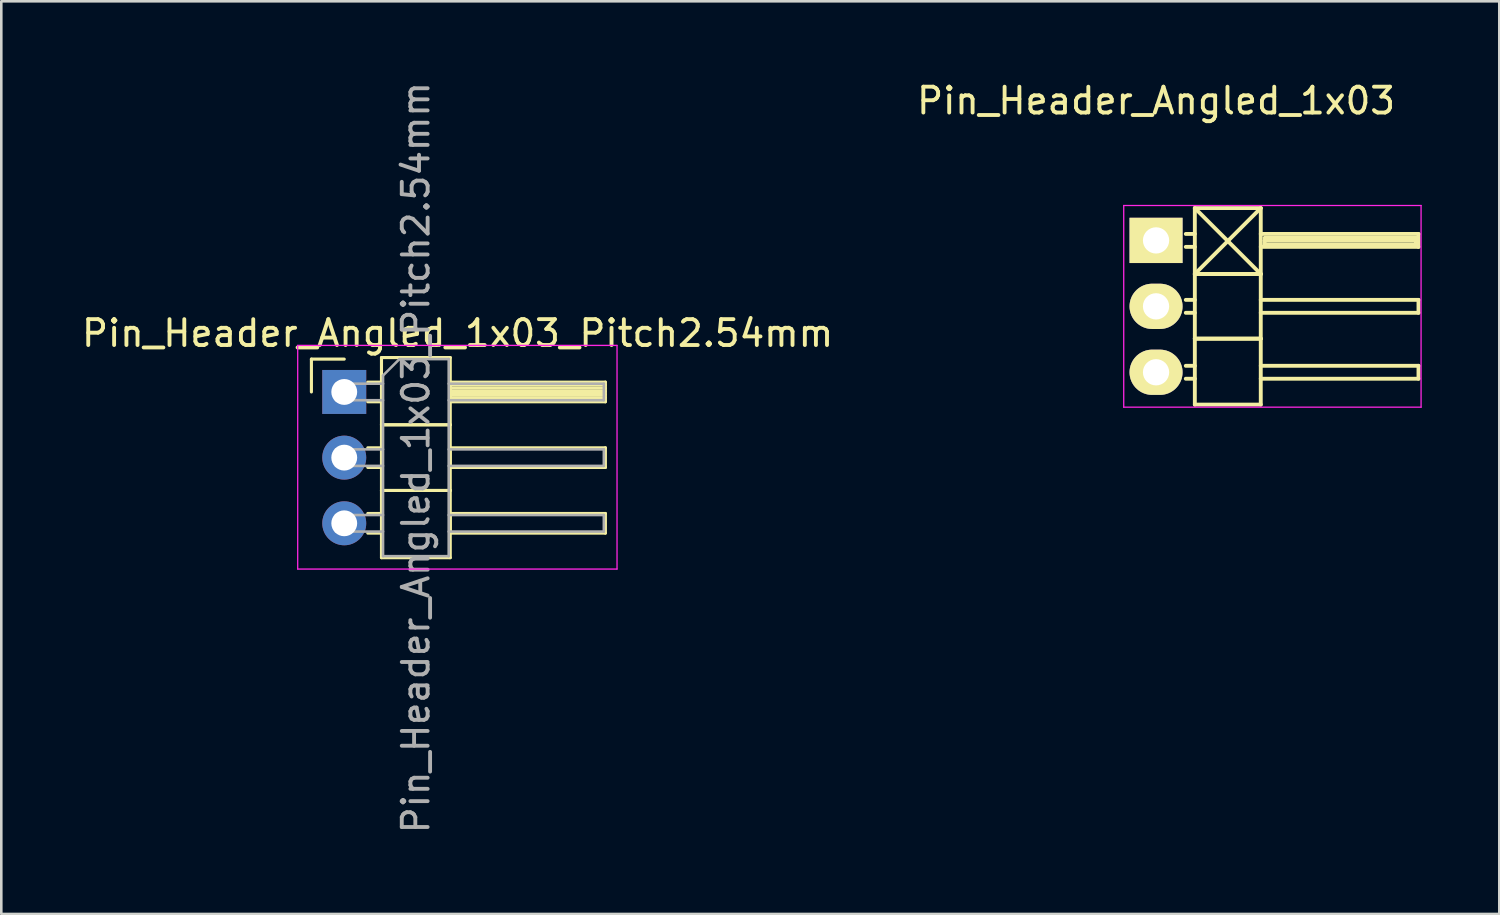
<source format=kicad_pcb>
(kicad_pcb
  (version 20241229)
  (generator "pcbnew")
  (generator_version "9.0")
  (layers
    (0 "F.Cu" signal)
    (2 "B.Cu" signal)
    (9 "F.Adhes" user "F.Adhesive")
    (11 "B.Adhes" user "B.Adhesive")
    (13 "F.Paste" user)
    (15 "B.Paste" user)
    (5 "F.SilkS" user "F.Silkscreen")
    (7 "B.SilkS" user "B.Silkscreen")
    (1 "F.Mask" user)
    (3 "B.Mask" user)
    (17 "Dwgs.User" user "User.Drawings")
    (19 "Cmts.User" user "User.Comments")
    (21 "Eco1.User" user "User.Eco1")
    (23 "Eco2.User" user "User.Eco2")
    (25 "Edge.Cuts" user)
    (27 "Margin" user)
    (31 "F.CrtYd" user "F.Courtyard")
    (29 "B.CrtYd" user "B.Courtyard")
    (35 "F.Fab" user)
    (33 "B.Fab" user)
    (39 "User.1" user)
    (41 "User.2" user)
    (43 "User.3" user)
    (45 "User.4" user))
  (footprint "Pin_Header_Angled_1x03_Pitch2.54mm"
    (layer "F.Cu")
    (at 10.264 12.109)
    (property "Reference" "Pin_Header_Angled_1x03_Pitch2.54mm" (at 4.385 -2.27 0) (layer "F.SilkS") (effects (font (size 1 1) (thickness 0.15))))
    (attr through_hole)
    (fp_line (start -1.27 -1.27) (end 0 -1.27) (stroke (width 0.12) (type solid)) (layer "F.SilkS"))
    (fp_line (start -1.27 0) (end -1.27 -1.27) (stroke (width 0.12) (type solid)) (layer "F.SilkS"))
    (fp_line (start 0.91 -0.38) (end 1.44 -0.38) (stroke (width 0.12) (type solid)) (layer "F.SilkS"))
    (fp_line (start 0.91 0.38) (end 1.44 0.38) (stroke (width 0.12) (type solid)) (layer "F.SilkS"))
    (fp_line (start 0.91 2.16) (end 1.44 2.16) (stroke (width 0.12) (type solid)) (layer "F.SilkS"))
    (fp_line (start 0.91 2.92) (end 1.44 2.92) (stroke (width 0.12) (type solid)) (layer "F.SilkS"))
    (fp_line (start 0.91 4.7) (end 1.44 4.7) (stroke (width 0.12) (type solid)) (layer "F.SilkS"))
    (fp_line (start 0.91 5.46) (end 1.44 5.46) (stroke (width 0.12) (type solid)) (layer "F.SilkS"))
    (fp_line (start 1.44 -1.33) (end 1.44 1.27) (stroke (width 0.12) (type solid)) (layer "F.SilkS"))
    (fp_line (start 1.44 1.27) (end 1.44 3.81) (stroke (width 0.12) (type solid)) (layer "F.SilkS"))
    (fp_line (start 1.44 1.27) (end 4.1 1.27) (stroke (width 0.12) (type solid)) (layer "F.SilkS"))
    (fp_line (start 1.44 3.81) (end 1.44 6.41) (stroke (width 0.12) (type solid)) (layer "F.SilkS"))
    (fp_line (start 1.44 3.81) (end 4.1 3.81) (stroke (width 0.12) (type solid)) (layer "F.SilkS"))
    (fp_line (start 1.44 6.41) (end 4.1 6.41) (stroke (width 0.12) (type solid)) (layer "F.SilkS"))
    (fp_line (start 4.1 -1.33) (end 1.44 -1.33) (stroke (width 0.12) (type solid)) (layer "F.SilkS"))
    (fp_line (start 4.1 -0.38) (end 4.1 0.38) (stroke (width 0.12) (type solid)) (layer "F.SilkS"))
    (fp_line (start 4.1 -0.26) (end 10.1 -0.26) (stroke (width 0.12) (type solid)) (layer "F.SilkS"))
    (fp_line (start 4.1 -0.14) (end 10.1 -0.14) (stroke (width 0.12) (type solid)) (layer "F.SilkS"))
    (fp_line (start 4.1 -0.02) (end 10.1 -0.02) (stroke (width 0.12) (type solid)) (layer "F.SilkS"))
    (fp_line (start 4.1 0.1) (end 10.1 0.1) (stroke (width 0.12) (type solid)) (layer "F.SilkS"))
    (fp_line (start 4.1 0.22) (end 10.1 0.22) (stroke (width 0.12) (type solid)) (layer "F.SilkS"))
    (fp_line (start 4.1 0.34) (end 10.1 0.34) (stroke (width 0.12) (type solid)) (layer "F.SilkS"))
    (fp_line (start 4.1 0.38) (end 10.1 0.38) (stroke (width 0.12) (type solid)) (layer "F.SilkS"))
    (fp_line (start 4.1 1.27) (end 1.44 1.27) (stroke (width 0.12) (type solid)) (layer "F.SilkS"))
    (fp_line (start 4.1 1.27) (end 4.1 -1.33) (stroke (width 0.12) (type solid)) (layer "F.SilkS"))
    (fp_line (start 4.1 2.16) (end 4.1 2.92) (stroke (width 0.12) (type solid)) (layer "F.SilkS"))
    (fp_line (start 4.1 2.92) (end 10.1 2.92) (stroke (width 0.12) (type solid)) (layer "F.SilkS"))
    (fp_line (start 4.1 3.81) (end 1.44 3.81) (stroke (width 0.12) (type solid)) (layer "F.SilkS"))
    (fp_line (start 4.1 3.81) (end 4.1 1.27) (stroke (width 0.12) (type solid)) (layer "F.SilkS"))
    (fp_line (start 4.1 4.7) (end 4.1 5.46) (stroke (width 0.12) (type solid)) (layer "F.SilkS"))
    (fp_line (start 4.1 5.46) (end 10.1 5.46) (stroke (width 0.12) (type solid)) (layer "F.SilkS"))
    (fp_line (start 4.1 6.41) (end 4.1 3.81) (stroke (width 0.12) (type solid)) (layer "F.SilkS"))
    (fp_line (start 10.1 -0.38) (end 4.1 -0.38) (stroke (width 0.12) (type solid)) (layer "F.SilkS"))
    (fp_line (start 10.1 0.38) (end 10.1 -0.38) (stroke (width 0.12) (type solid)) (layer "F.SilkS"))
    (fp_line (start 10.1 2.16) (end 4.1 2.16) (stroke (width 0.12) (type solid)) (layer "F.SilkS"))
    (fp_line (start 10.1 2.92) (end 10.1 2.16) (stroke (width 0.12) (type solid)) (layer "F.SilkS"))
    (fp_line (start 10.1 4.7) (end 4.1 4.7) (stroke (width 0.12) (type solid)) (layer "F.SilkS"))
    (fp_line (start 10.1 5.46) (end 10.1 4.7) (stroke (width 0.12) (type solid)) (layer "F.SilkS"))
    (fp_line (start -1.8 -1.8) (end -1.8 6.85) (stroke (width 0.05) (type solid)) (layer "F.CrtYd"))
    (fp_line (start -1.8 6.85) (end 10.55 6.85) (stroke (width 0.05) (type solid)) (layer "F.CrtYd"))
    (fp_line (start 10.55 -1.8) (end -1.8 -1.8) (stroke (width 0.05) (type solid)) (layer "F.CrtYd"))
    (fp_line (start 10.55 6.85) (end 10.55 -1.8) (stroke (width 0.05) (type solid)) (layer "F.CrtYd"))
    (fp_line (start -0.32 -0.32) (end -0.32 0.32) (stroke (width 0.1) (type solid)) (layer "F.Fab"))
    (fp_line (start -0.32 -0.32) (end 1.5 -0.32) (stroke (width 0.1) (type solid)) (layer "F.Fab"))
    (fp_line (start -0.32 0.32) (end 1.5 0.32) (stroke (width 0.1) (type solid)) (layer "F.Fab"))
    (fp_line (start -0.32 2.22) (end -0.32 2.86) (stroke (width 0.1) (type solid)) (layer "F.Fab"))
    (fp_line (start -0.32 2.22) (end 1.5 2.22) (stroke (width 0.1) (type solid)) (layer "F.Fab"))
    (fp_line (start -0.32 2.86) (end 1.5 2.86) (stroke (width 0.1) (type solid)) (layer "F.Fab"))
    (fp_line (start -0.32 4.76) (end -0.32 5.4) (stroke (width 0.1) (type solid)) (layer "F.Fab"))
    (fp_line (start -0.32 4.76) (end 1.5 4.76) (stroke (width 0.1) (type solid)) (layer "F.Fab"))
    (fp_line (start -0.32 5.4) (end 1.5 5.4) (stroke (width 0.1) (type solid)) (layer "F.Fab"))
    (fp_line (start 1.5 -0.635) (end 2.135 -1.27) (stroke (width 0.1) (type solid)) (layer "F.Fab"))
    (fp_line (start 1.5 6.35) (end 1.5 -0.635) (stroke (width 0.1) (type solid)) (layer "F.Fab"))
    (fp_line (start 2.135 -1.27) (end 4.04 -1.27) (stroke (width 0.1) (type solid)) (layer "F.Fab"))
    (fp_line (start 4.04 -1.27) (end 4.04 6.35) (stroke (width 0.1) (type solid)) (layer "F.Fab"))
    (fp_line (start 4.04 -0.32) (end 10.04 -0.32) (stroke (width 0.1) (type solid)) (layer "F.Fab"))
    (fp_line (start 4.04 0.32) (end 10.04 0.32) (stroke (width 0.1) (type solid)) (layer "F.Fab"))
    (fp_line (start 4.04 2.22) (end 10.04 2.22) (stroke (width 0.1) (type solid)) (layer "F.Fab"))
    (fp_line (start 4.04 2.86) (end 10.04 2.86) (stroke (width 0.1) (type solid)) (layer "F.Fab"))
    (fp_line (start 4.04 4.76) (end 10.04 4.76) (stroke (width 0.1) (type solid)) (layer "F.Fab"))
    (fp_line (start 4.04 5.4) (end 10.04 5.4) (stroke (width 0.1) (type solid)) (layer "F.Fab"))
    (fp_line (start 4.04 6.35) (end 1.5 6.35) (stroke (width 0.1) (type solid)) (layer "F.Fab"))
    (fp_line (start 10.04 -0.32) (end 10.04 0.32) (stroke (width 0.1) (type solid)) (layer "F.Fab"))
    (fp_line (start 10.04 2.22) (end 10.04 2.86) (stroke (width 0.1) (type solid)) (layer "F.Fab"))
    (fp_line (start 10.04 4.76) (end 10.04 5.4) (stroke (width 0.1) (type solid)) (layer "F.Fab"))
    (fp_text user "${REFERENCE}" (at 2.77 2.54 90) (layer "F.Fab") (effects (font (size 1 1) (thickness 0.15))))
    (pad "1" thru_hole rect (at 0 0) (size 1.7 1.7) (drill 1) (layers "*.Cu" "*.Mask"))
    (pad "2" thru_hole oval (at 0 2.54) (size 1.7 1.7) (drill 1) (layers "*.Cu" "*.Mask"))
    (pad "3" thru_hole oval (at 0 5.08) (size 1.7 1.7) (drill 1) (layers "*.Cu" "*.Mask")))
  (footprint "Pin_Header_Angled_1x03"
    (layer "F.Cu")
    (at 41.661 6.248)
    (property "Reference" "Pin_Header_Angled_1x03" (at 0 -5.4 0) (layer "F.SilkS") (effects (font (size 1 1) (thickness 0.15))))
    (attr through_hole)
    (fp_line (start 1.5 -1.25) (end 1.5 1.3) (stroke (width 0.15) (type solid)) (layer "F.SilkS"))
    (fp_line (start 1.5 -1.25) (end 4.05 -1.25) (stroke (width 0.15) (type solid)) (layer "F.SilkS"))
    (fp_line (start 1.5 -0.25) (end 1.15 -0.25) (stroke (width 0.15) (type solid)) (layer "F.SilkS"))
    (fp_line (start 1.5 0.25) (end 1.15 0.25) (stroke (width 0.15) (type solid)) (layer "F.SilkS"))
    (fp_line (start 1.5 1.3) (end 1.5 3.8) (stroke (width 0.15) (type solid)) (layer "F.SilkS"))
    (fp_line (start 1.5 1.3) (end 4.05 1.3) (stroke (width 0.15) (type solid)) (layer "F.SilkS"))
    (fp_line (start 1.5 1.3) (end 4.05 1.3) (stroke (width 0.15) (type solid)) (layer "F.SilkS"))
    (fp_line (start 1.5 2.3) (end 1.15 2.3) (stroke (width 0.15) (type solid)) (layer "F.SilkS"))
    (fp_line (start 1.5 2.8) (end 1.15 2.8) (stroke (width 0.15) (type solid)) (layer "F.SilkS"))
    (fp_line (start 1.5 3.8) (end 1.5 6.35) (stroke (width 0.15) (type solid)) (layer "F.SilkS"))
    (fp_line (start 1.5 3.8) (end 4.05 3.8) (stroke (width 0.15) (type solid)) (layer "F.SilkS"))
    (fp_line (start 1.5 3.8) (end 4.05 3.8) (stroke (width 0.15) (type solid)) (layer "F.SilkS"))
    (fp_line (start 1.5 4.85) (end 1.15 4.85) (stroke (width 0.15) (type solid)) (layer "F.SilkS"))
    (fp_line (start 1.5 5.35) (end 1.15 5.35) (stroke (width 0.15) (type solid)) (layer "F.SilkS"))
    (fp_line (start 1.5 6.35) (end 4.05 6.35) (stroke (width 0.15) (type solid)) (layer "F.SilkS"))
    (fp_line (start 4.05 -1.25) (end 1.5 1.3) (stroke (width 0.15) (type solid)) (layer "F.SilkS"))
    (fp_line (start 4.05 -0.25) (end 10.15 -0.25) (stroke (width 0.15) (type solid)) (layer "F.SilkS"))
    (fp_line (start 4.05 1.3) (end 1.5 -1.25) (stroke (width 0.15) (type solid)) (layer "F.SilkS"))
    (fp_line (start 4.05 1.3) (end 4.05 -1.25) (stroke (width 0.15) (type solid)) (layer "F.SilkS"))
    (fp_line (start 4.05 2.3) (end 10.15 2.3) (stroke (width 0.15) (type solid)) (layer "F.SilkS"))
    (fp_line (start 4.05 3.8) (end 4.05 1.3) (stroke (width 0.15) (type solid)) (layer "F.SilkS"))
    (fp_line (start 4.05 4.85) (end 10.15 4.85) (stroke (width 0.15) (type solid)) (layer "F.SilkS"))
    (fp_line (start 4.05 6.35) (end 4.05 3.8) (stroke (width 0.15) (type solid)) (layer "F.SilkS"))
    (fp_line (start 4.2 -0.1) (end 10.05 -0.1) (stroke (width 0.15) (type solid)) (layer "F.SilkS"))
    (fp_line (start 4.2 0) (end 10.05 0) (stroke (width 0.15) (type solid)) (layer "F.SilkS"))
    (fp_line (start 4.2 0.15) (end 4.2 0) (stroke (width 0.15) (type solid)) (layer "F.SilkS"))
    (fp_line (start 10.05 -0.1) (end 10.05 0.15) (stroke (width 0.15) (type solid)) (layer "F.SilkS"))
    (fp_line (start 10.05 0.15) (end 4.2 0.15) (stroke (width 0.15) (type solid)) (layer "F.SilkS"))
    (fp_line (start 10.15 -0.25) (end 10.15 0.25) (stroke (width 0.15) (type solid)) (layer "F.SilkS"))
    (fp_line (start 10.15 0.25) (end 4.05 0.25) (stroke (width 0.15) (type solid)) (layer "F.SilkS"))
    (fp_line (start 10.15 2.3) (end 10.15 2.8) (stroke (width 0.15) (type solid)) (layer "F.SilkS"))
    (fp_line (start 10.15 2.8) (end 4.05 2.8) (stroke (width 0.15) (type solid)) (layer "F.SilkS"))
    (fp_line (start 10.15 4.85) (end 10.15 5.35) (stroke (width 0.15) (type solid)) (layer "F.SilkS"))
    (fp_line (start 10.15 5.35) (end 4.05 5.35) (stroke (width 0.15) (type solid)) (layer "F.SilkS"))
    (fp_line (start -1.25 -1.35) (end -1.25 6.45) (stroke (width 0.05) (type solid)) (layer "F.CrtYd"))
    (fp_line (start -1.25 -1.35) (end 10.25 -1.35) (stroke (width 0.05) (type solid)) (layer "F.CrtYd"))
    (fp_line (start -1.25 6.45) (end 10.25 6.45) (stroke (width 0.05) (type solid)) (layer "F.CrtYd"))
    (fp_line (start 10.25 -1.35) (end 10.25 6.45) (stroke (width 0.05) (type solid)) (layer "F.CrtYd"))
    (pad "1" thru_hole rect (at 0 0) (size 2.05 1.75) (drill 1.016) (layers "*.Cu" "*.Mask" "F.SilkS"))
    (pad "2" thru_hole oval (at 0 2.55) (size 2.05 1.75) (drill 1.016) (layers "*.Cu" "*.Mask" "F.SilkS"))
    (pad "3" thru_hole oval (at 0 5.1) (size 2.05 1.75) (drill 1.016) (layers "*.Cu" "*.Mask" "F.SilkS")))
  (gr_rect
    (start -3 -3)
    (end 54.936 32.298)
    (stroke (width 0.1) (type default))
    (fill no)
    (layer "Edge.Cuts")))
</source>
